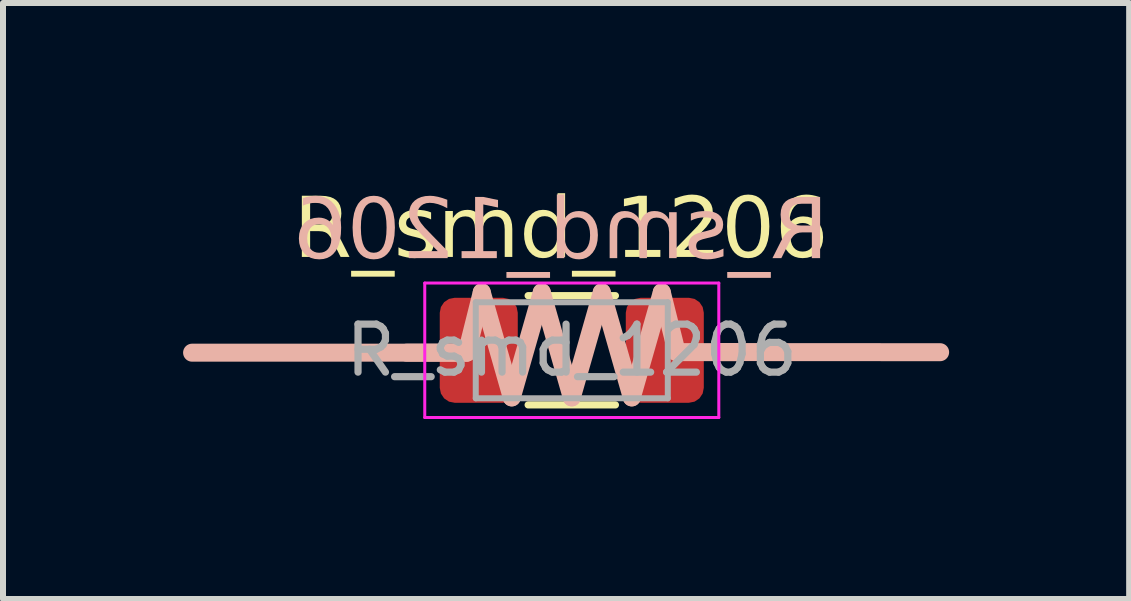
<source format=kicad_pcb>
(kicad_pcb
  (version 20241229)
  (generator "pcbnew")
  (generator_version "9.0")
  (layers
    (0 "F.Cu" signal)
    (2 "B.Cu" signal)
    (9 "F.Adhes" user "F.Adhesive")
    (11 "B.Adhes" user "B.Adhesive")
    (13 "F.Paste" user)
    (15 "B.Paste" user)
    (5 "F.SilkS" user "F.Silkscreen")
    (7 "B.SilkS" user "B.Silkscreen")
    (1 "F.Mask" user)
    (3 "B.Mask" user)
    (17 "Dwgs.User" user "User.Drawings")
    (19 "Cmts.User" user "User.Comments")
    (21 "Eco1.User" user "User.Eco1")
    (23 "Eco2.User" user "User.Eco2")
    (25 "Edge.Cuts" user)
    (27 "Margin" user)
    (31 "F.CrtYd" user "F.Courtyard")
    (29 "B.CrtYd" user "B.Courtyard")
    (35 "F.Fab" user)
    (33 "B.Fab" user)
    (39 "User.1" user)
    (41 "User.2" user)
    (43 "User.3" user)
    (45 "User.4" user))
  (footprint "R_smd_1206"
    (layer "F.Cu")
    (at 6.478 2.787)
    (property "Reference" "R_smd_1206" (at -0.18 -1.97 0) (layer "F.SilkS") (effects (font (face "Open Sans") (size 1 1) (thickness 0.15))))
    (property "Field5" "${REFERENCE}" (at -0.18 -1.95 0) (layer "B.SilkS") (effects (font (face "Open Sans") (size 1 1) (thickness 0.15)) (justify mirror)))
    (attr smd)
    (fp_line (start -0.727 -0.91) (end 0.727 -0.91) (stroke (width 0.12) (type solid)) (layer "F.SilkS"))
    (fp_line (start -0.727 0.91) (end 0.727 0.91) (stroke (width 0.12) (type solid)) (layer "F.SilkS"))
    (fp_line (start -6.327 0.04) (end -1.752 0.04) (stroke (width 0.3) (type default)) (layer "B.SilkS"))
    (fp_line (start -1.75 0.04) (end -2.75 0.04) (stroke (width 0.3) (type default)) (layer "B.SilkS"))
    (fp_line (start -1.5 -0.965) (end -1.75 0.035) (stroke (width 0.3) (type default)) (layer "B.SilkS"))
    (fp_line (start -1 0.785) (end -1.5 -0.965) (stroke (width 0.3) (type default)) (layer "B.SilkS"))
    (fp_line (start -0.5 -0.965) (end -1 0.785) (stroke (width 0.3) (type default)) (layer "B.SilkS"))
    (fp_line (start 0 0.785) (end -0.5 -0.965) (stroke (width 0.3) (type default)) (layer "B.SilkS"))
    (fp_line (start 0.5 -0.965) (end 0 0.785) (stroke (width 0.3) (type default)) (layer "B.SilkS"))
    (fp_line (start 1 0.785) (end 0.5 -0.965) (stroke (width 0.3) (type default)) (layer "B.SilkS"))
    (fp_line (start 1.5 -0.965) (end 1 0.785) (stroke (width 0.3) (type default)) (layer "B.SilkS"))
    (fp_line (start 1.75 0.035) (end 1.5 -0.965) (stroke (width 0.3) (type default)) (layer "B.SilkS"))
    (fp_line (start 2.45 0.03) (end 6.138 0.032) (stroke (width 0.3) (type default)) (layer "B.SilkS"))
    (fp_line (start 2.75 0.031) (end 1.75 0.031) (stroke (width 0.3) (type default)) (layer "B.SilkS"))
    (fp_line (start -2.45 -1.12) (end 2.45 -1.12) (stroke (width 0.05) (type solid)) (layer "F.CrtYd"))
    (fp_line (start -2.45 1.12) (end -2.45 -1.12) (stroke (width 0.05) (type solid)) (layer "F.CrtYd"))
    (fp_line (start 2.45 -1.12) (end 2.45 1.12) (stroke (width 0.05) (type solid)) (layer "F.CrtYd"))
    (fp_line (start 2.45 1.12) (end -2.45 1.12) (stroke (width 0.05) (type solid)) (layer "F.CrtYd"))
    (fp_line (start -1.6 -0.8) (end 1.6 -0.8) (stroke (width 0.1) (type solid)) (layer "F.Fab"))
    (fp_line (start -1.6 0.8) (end -1.6 -0.8) (stroke (width 0.1) (type solid)) (layer "F.Fab"))
    (fp_line (start 1.6 -0.8) (end 1.6 0.8) (stroke (width 0.1) (type solid)) (layer "F.Fab"))
    (fp_line (start 1.6 0.8) (end -1.6 0.8) (stroke (width 0.1) (type solid)) (layer "F.Fab"))
    (fp_text user "${REFERENCE}" (at 0 0 0) (layer "F.Fab") (effects (font (size 0.8 0.8) (thickness 0.12))))
    (pad "1" smd roundrect (at -1.55 0) (size 1.3 1.75) (layers "F.Cu" "F.Mask" "F.Paste") (roundrect_rratio 0.192))
    (pad "2" smd roundrect (at 1.55 0) (size 1.3 1.75) (layers "F.Cu" "F.Mask" "F.Paste") (roundrect_rratio 0.192)))
  (gr_rect
    (start -3 -3)
    (end 15.766 6.932)
    (stroke (width 0.1) (type default))
    (fill no)
    (layer "Edge.Cuts")))
</source>
